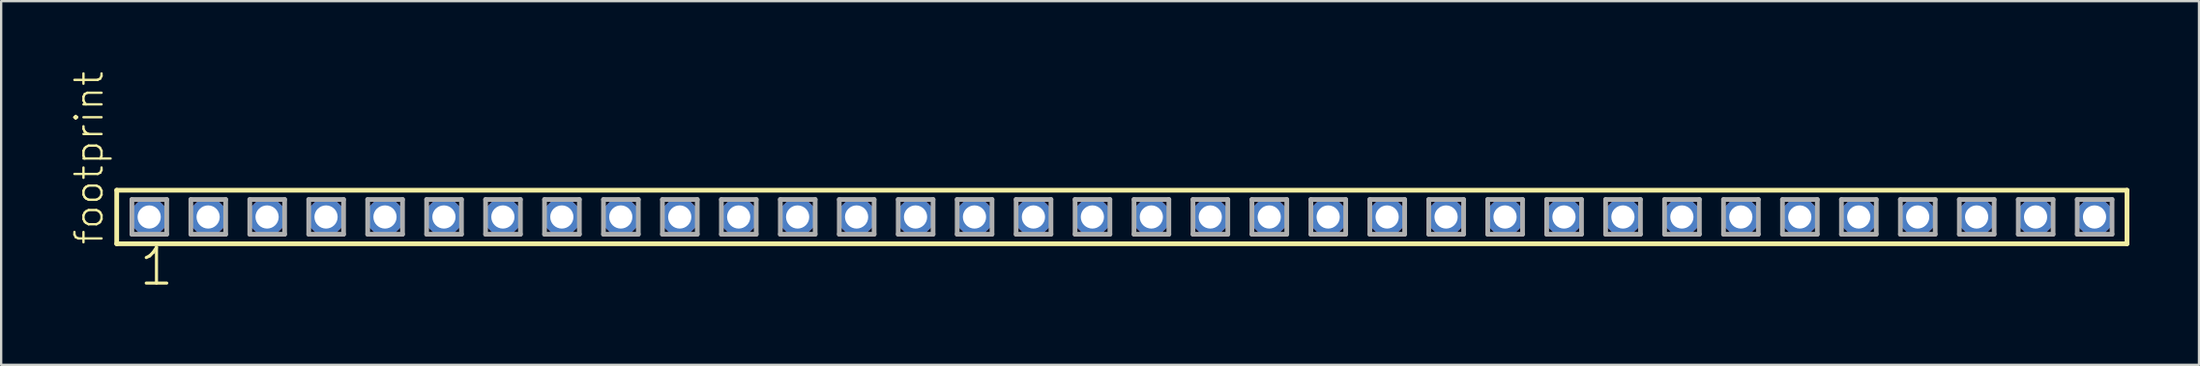
<source format=kicad_pcb>
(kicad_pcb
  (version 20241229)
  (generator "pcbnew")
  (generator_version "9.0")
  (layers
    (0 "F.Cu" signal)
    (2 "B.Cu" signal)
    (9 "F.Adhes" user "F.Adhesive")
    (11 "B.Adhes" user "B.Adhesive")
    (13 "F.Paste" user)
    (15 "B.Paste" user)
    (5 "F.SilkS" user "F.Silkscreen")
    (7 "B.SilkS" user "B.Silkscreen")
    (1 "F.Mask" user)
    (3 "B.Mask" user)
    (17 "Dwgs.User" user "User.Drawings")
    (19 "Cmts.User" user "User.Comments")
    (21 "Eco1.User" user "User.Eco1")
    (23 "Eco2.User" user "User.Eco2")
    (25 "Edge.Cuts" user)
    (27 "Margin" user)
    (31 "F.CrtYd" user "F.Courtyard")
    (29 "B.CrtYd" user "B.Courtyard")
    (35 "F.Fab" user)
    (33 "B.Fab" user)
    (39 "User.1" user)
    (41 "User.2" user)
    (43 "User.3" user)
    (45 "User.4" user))
  (footprint "footprint"
    (layer "F.Cu")
    (at 45.288 6.312)
    (property "Reference" "footprint" (at -43.815 1.27 90) (layer "F.SilkS") (effects (font (size 1.168 1.168) (thickness 0.102)) (justify left bottom)))
    (fp_line (start -43.309 -1.155) (end 43.309 -1.155) (stroke (width 0.203) (type solid)) (layer "F.SilkS"))
    (fp_line (start -43.309 1.155) (end -43.309 -1.155) (stroke (width 0.203) (type solid)) (layer "F.SilkS"))
    (fp_line (start 43.309 -1.155) (end 43.309 1.155) (stroke (width 0.203) (type solid)) (layer "F.SilkS"))
    (fp_line (start 43.309 1.155) (end -43.309 1.155) (stroke (width 0.203) (type solid)) (layer "F.SilkS"))
    (fp_line (start -42.655 -0.755) (end -41.155 -0.755) (stroke (width 0.203) (type solid)) (layer "F.Fab"))
    (fp_line (start -42.655 0.745) (end -42.655 -0.755) (stroke (width 0.203) (type solid)) (layer "F.Fab"))
    (fp_line (start -41.155 -0.755) (end -41.155 0.745) (stroke (width 0.203) (type solid)) (layer "F.Fab"))
    (fp_line (start -41.155 0.745) (end -42.655 0.745) (stroke (width 0.203) (type solid)) (layer "F.Fab"))
    (fp_line (start -40.115 -0.755) (end -38.615 -0.755) (stroke (width 0.203) (type solid)) (layer "F.Fab"))
    (fp_line (start -40.115 0.745) (end -40.115 -0.755) (stroke (width 0.203) (type solid)) (layer "F.Fab"))
    (fp_line (start -38.615 -0.755) (end -38.615 0.745) (stroke (width 0.203) (type solid)) (layer "F.Fab"))
    (fp_line (start -38.615 0.745) (end -40.115 0.745) (stroke (width 0.203) (type solid)) (layer "F.Fab"))
    (fp_line (start -37.575 -0.755) (end -36.075 -0.755) (stroke (width 0.203) (type solid)) (layer "F.Fab"))
    (fp_line (start -37.575 0.745) (end -37.575 -0.755) (stroke (width 0.203) (type solid)) (layer "F.Fab"))
    (fp_line (start -36.075 -0.755) (end -36.075 0.745) (stroke (width 0.203) (type solid)) (layer "F.Fab"))
    (fp_line (start -36.075 0.745) (end -37.575 0.745) (stroke (width 0.203) (type solid)) (layer "F.Fab"))
    (fp_line (start -35.035 -0.755) (end -33.535 -0.755) (stroke (width 0.203) (type solid)) (layer "F.Fab"))
    (fp_line (start -35.035 0.745) (end -35.035 -0.755) (stroke (width 0.203) (type solid)) (layer "F.Fab"))
    (fp_line (start -33.535 -0.755) (end -33.535 0.745) (stroke (width 0.203) (type solid)) (layer "F.Fab"))
    (fp_line (start -33.535 0.745) (end -35.035 0.745) (stroke (width 0.203) (type solid)) (layer "F.Fab"))
    (fp_line (start -32.495 -0.755) (end -30.995 -0.755) (stroke (width 0.203) (type solid)) (layer "F.Fab"))
    (fp_line (start -32.495 0.745) (end -32.495 -0.755) (stroke (width 0.203) (type solid)) (layer "F.Fab"))
    (fp_line (start -30.995 -0.755) (end -30.995 0.745) (stroke (width 0.203) (type solid)) (layer "F.Fab"))
    (fp_line (start -30.995 0.745) (end -32.495 0.745) (stroke (width 0.203) (type solid)) (layer "F.Fab"))
    (fp_line (start -29.955 -0.755) (end -28.455 -0.755) (stroke (width 0.203) (type solid)) (layer "F.Fab"))
    (fp_line (start -29.955 0.745) (end -29.955 -0.755) (stroke (width 0.203) (type solid)) (layer "F.Fab"))
    (fp_line (start -28.455 -0.755) (end -28.455 0.745) (stroke (width 0.203) (type solid)) (layer "F.Fab"))
    (fp_line (start -28.455 0.745) (end -29.955 0.745) (stroke (width 0.203) (type solid)) (layer "F.Fab"))
    (fp_line (start -27.415 -0.755) (end -25.915 -0.755) (stroke (width 0.203) (type solid)) (layer "F.Fab"))
    (fp_line (start -27.415 0.745) (end -27.415 -0.755) (stroke (width 0.203) (type solid)) (layer "F.Fab"))
    (fp_line (start -25.915 -0.755) (end -25.915 0.745) (stroke (width 0.203) (type solid)) (layer "F.Fab"))
    (fp_line (start -25.915 0.745) (end -27.415 0.745) (stroke (width 0.203) (type solid)) (layer "F.Fab"))
    (fp_line (start -24.875 -0.755) (end -23.375 -0.755) (stroke (width 0.203) (type solid)) (layer "F.Fab"))
    (fp_line (start -24.875 0.745) (end -24.875 -0.755) (stroke (width 0.203) (type solid)) (layer "F.Fab"))
    (fp_line (start -23.375 -0.755) (end -23.375 0.745) (stroke (width 0.203) (type solid)) (layer "F.Fab"))
    (fp_line (start -23.375 0.745) (end -24.875 0.745) (stroke (width 0.203) (type solid)) (layer "F.Fab"))
    (fp_line (start -22.335 -0.755) (end -20.835 -0.755) (stroke (width 0.203) (type solid)) (layer "F.Fab"))
    (fp_line (start -22.335 0.745) (end -22.335 -0.755) (stroke (width 0.203) (type solid)) (layer "F.Fab"))
    (fp_line (start -20.835 -0.755) (end -20.835 0.745) (stroke (width 0.203) (type solid)) (layer "F.Fab"))
    (fp_line (start -20.835 0.745) (end -22.335 0.745) (stroke (width 0.203) (type solid)) (layer "F.Fab"))
    (fp_line (start -19.795 -0.755) (end -18.295 -0.755) (stroke (width 0.203) (type solid)) (layer "F.Fab"))
    (fp_line (start -19.795 0.745) (end -19.795 -0.755) (stroke (width 0.203) (type solid)) (layer "F.Fab"))
    (fp_line (start -18.295 -0.755) (end -18.295 0.745) (stroke (width 0.203) (type solid)) (layer "F.Fab"))
    (fp_line (start -18.295 0.745) (end -19.795 0.745) (stroke (width 0.203) (type solid)) (layer "F.Fab"))
    (fp_line (start -17.255 -0.755) (end -15.755 -0.755) (stroke (width 0.203) (type solid)) (layer "F.Fab"))
    (fp_line (start -17.255 0.745) (end -17.255 -0.755) (stroke (width 0.203) (type solid)) (layer "F.Fab"))
    (fp_line (start -15.755 -0.755) (end -15.755 0.745) (stroke (width 0.203) (type solid)) (layer "F.Fab"))
    (fp_line (start -15.755 0.745) (end -17.255 0.745) (stroke (width 0.203) (type solid)) (layer "F.Fab"))
    (fp_line (start -14.715 -0.755) (end -13.215 -0.755) (stroke (width 0.203) (type solid)) (layer "F.Fab"))
    (fp_line (start -14.715 0.745) (end -14.715 -0.755) (stroke (width 0.203) (type solid)) (layer "F.Fab"))
    (fp_line (start -13.215 -0.755) (end -13.215 0.745) (stroke (width 0.203) (type solid)) (layer "F.Fab"))
    (fp_line (start -13.215 0.745) (end -14.715 0.745) (stroke (width 0.203) (type solid)) (layer "F.Fab"))
    (fp_line (start -12.175 -0.755) (end -10.675 -0.755) (stroke (width 0.203) (type solid)) (layer "F.Fab"))
    (fp_line (start -12.175 0.745) (end -12.175 -0.755) (stroke (width 0.203) (type solid)) (layer "F.Fab"))
    (fp_line (start -10.675 -0.755) (end -10.675 0.745) (stroke (width 0.203) (type solid)) (layer "F.Fab"))
    (fp_line (start -10.675 0.745) (end -12.175 0.745) (stroke (width 0.203) (type solid)) (layer "F.Fab"))
    (fp_line (start -9.635 -0.755) (end -8.135 -0.755) (stroke (width 0.203) (type solid)) (layer "F.Fab"))
    (fp_line (start -9.635 0.745) (end -9.635 -0.755) (stroke (width 0.203) (type solid)) (layer "F.Fab"))
    (fp_line (start -8.135 -0.755) (end -8.135 0.745) (stroke (width 0.203) (type solid)) (layer "F.Fab"))
    (fp_line (start -8.135 0.745) (end -9.635 0.745) (stroke (width 0.203) (type solid)) (layer "F.Fab"))
    (fp_line (start -7.095 -0.755) (end -5.595 -0.755) (stroke (width 0.203) (type solid)) (layer "F.Fab"))
    (fp_line (start -7.095 0.745) (end -7.095 -0.755) (stroke (width 0.203) (type solid)) (layer "F.Fab"))
    (fp_line (start -5.595 -0.755) (end -5.595 0.745) (stroke (width 0.203) (type solid)) (layer "F.Fab"))
    (fp_line (start -5.595 0.745) (end -7.095 0.745) (stroke (width 0.203) (type solid)) (layer "F.Fab"))
    (fp_line (start -4.555 -0.755) (end -3.055 -0.755) (stroke (width 0.203) (type solid)) (layer "F.Fab"))
    (fp_line (start -4.555 0.745) (end -4.555 -0.755) (stroke (width 0.203) (type solid)) (layer "F.Fab"))
    (fp_line (start -3.055 -0.755) (end -3.055 0.745) (stroke (width 0.203) (type solid)) (layer "F.Fab"))
    (fp_line (start -3.055 0.745) (end -4.555 0.745) (stroke (width 0.203) (type solid)) (layer "F.Fab"))
    (fp_line (start -2.015 -0.755) (end -0.515 -0.755) (stroke (width 0.203) (type solid)) (layer "F.Fab"))
    (fp_line (start -2.015 0.745) (end -2.015 -0.755) (stroke (width 0.203) (type solid)) (layer "F.Fab"))
    (fp_line (start -0.515 -0.755) (end -0.515 0.745) (stroke (width 0.203) (type solid)) (layer "F.Fab"))
    (fp_line (start -0.515 0.745) (end -2.015 0.745) (stroke (width 0.203) (type solid)) (layer "F.Fab"))
    (fp_line (start 0.525 -0.755) (end 2.025 -0.755) (stroke (width 0.203) (type solid)) (layer "F.Fab"))
    (fp_line (start 0.525 0.745) (end 0.525 -0.755) (stroke (width 0.203) (type solid)) (layer "F.Fab"))
    (fp_line (start 2.025 -0.755) (end 2.025 0.745) (stroke (width 0.203) (type solid)) (layer "F.Fab"))
    (fp_line (start 2.025 0.745) (end 0.525 0.745) (stroke (width 0.203) (type solid)) (layer "F.Fab"))
    (fp_line (start 3.065 -0.755) (end 4.565 -0.755) (stroke (width 0.203) (type solid)) (layer "F.Fab"))
    (fp_line (start 3.065 0.745) (end 3.065 -0.755) (stroke (width 0.203) (type solid)) (layer "F.Fab"))
    (fp_line (start 4.565 -0.755) (end 4.565 0.745) (stroke (width 0.203) (type solid)) (layer "F.Fab"))
    (fp_line (start 4.565 0.745) (end 3.065 0.745) (stroke (width 0.203) (type solid)) (layer "F.Fab"))
    (fp_line (start 5.605 -0.755) (end 7.105 -0.755) (stroke (width 0.203) (type solid)) (layer "F.Fab"))
    (fp_line (start 5.605 0.745) (end 5.605 -0.755) (stroke (width 0.203) (type solid)) (layer "F.Fab"))
    (fp_line (start 7.105 -0.755) (end 7.105 0.745) (stroke (width 0.203) (type solid)) (layer "F.Fab"))
    (fp_line (start 7.105 0.745) (end 5.605 0.745) (stroke (width 0.203) (type solid)) (layer "F.Fab"))
    (fp_line (start 8.145 -0.755) (end 9.645 -0.755) (stroke (width 0.203) (type solid)) (layer "F.Fab"))
    (fp_line (start 8.145 0.745) (end 8.145 -0.755) (stroke (width 0.203) (type solid)) (layer "F.Fab"))
    (fp_line (start 9.645 -0.755) (end 9.645 0.745) (stroke (width 0.203) (type solid)) (layer "F.Fab"))
    (fp_line (start 9.645 0.745) (end 8.145 0.745) (stroke (width 0.203) (type solid)) (layer "F.Fab"))
    (fp_line (start 10.685 -0.755) (end 12.185 -0.755) (stroke (width 0.203) (type solid)) (layer "F.Fab"))
    (fp_line (start 10.685 0.745) (end 10.685 -0.755) (stroke (width 0.203) (type solid)) (layer "F.Fab"))
    (fp_line (start 12.185 -0.755) (end 12.185 0.745) (stroke (width 0.203) (type solid)) (layer "F.Fab"))
    (fp_line (start 12.185 0.745) (end 10.685 0.745) (stroke (width 0.203) (type solid)) (layer "F.Fab"))
    (fp_line (start 13.225 -0.755) (end 14.725 -0.755) (stroke (width 0.203) (type solid)) (layer "F.Fab"))
    (fp_line (start 13.225 0.745) (end 13.225 -0.755) (stroke (width 0.203) (type solid)) (layer "F.Fab"))
    (fp_line (start 14.725 -0.755) (end 14.725 0.745) (stroke (width 0.203) (type solid)) (layer "F.Fab"))
    (fp_line (start 14.725 0.745) (end 13.225 0.745) (stroke (width 0.203) (type solid)) (layer "F.Fab"))
    (fp_line (start 15.765 -0.755) (end 17.265 -0.755) (stroke (width 0.203) (type solid)) (layer "F.Fab"))
    (fp_line (start 15.765 0.745) (end 15.765 -0.755) (stroke (width 0.203) (type solid)) (layer "F.Fab"))
    (fp_line (start 17.265 -0.755) (end 17.265 0.745) (stroke (width 0.203) (type solid)) (layer "F.Fab"))
    (fp_line (start 17.265 0.745) (end 15.765 0.745) (stroke (width 0.203) (type solid)) (layer "F.Fab"))
    (fp_line (start 18.305 -0.755) (end 19.805 -0.755) (stroke (width 0.203) (type solid)) (layer "F.Fab"))
    (fp_line (start 18.305 0.745) (end 18.305 -0.755) (stroke (width 0.203) (type solid)) (layer "F.Fab"))
    (fp_line (start 19.805 -0.755) (end 19.805 0.745) (stroke (width 0.203) (type solid)) (layer "F.Fab"))
    (fp_line (start 19.805 0.745) (end 18.305 0.745) (stroke (width 0.203) (type solid)) (layer "F.Fab"))
    (fp_line (start 20.845 -0.755) (end 22.345 -0.755) (stroke (width 0.203) (type solid)) (layer "F.Fab"))
    (fp_line (start 20.845 0.745) (end 20.845 -0.755) (stroke (width 0.203) (type solid)) (layer "F.Fab"))
    (fp_line (start 22.345 -0.755) (end 22.345 0.745) (stroke (width 0.203) (type solid)) (layer "F.Fab"))
    (fp_line (start 22.345 0.745) (end 20.845 0.745) (stroke (width 0.203) (type solid)) (layer "F.Fab"))
    (fp_line (start 23.385 -0.755) (end 24.885 -0.755) (stroke (width 0.203) (type solid)) (layer "F.Fab"))
    (fp_line (start 23.385 0.745) (end 23.385 -0.755) (stroke (width 0.203) (type solid)) (layer "F.Fab"))
    (fp_line (start 24.885 -0.755) (end 24.885 0.745) (stroke (width 0.203) (type solid)) (layer "F.Fab"))
    (fp_line (start 24.885 0.745) (end 23.385 0.745) (stroke (width 0.203) (type solid)) (layer "F.Fab"))
    (fp_line (start 25.925 -0.755) (end 27.425 -0.755) (stroke (width 0.203) (type solid)) (layer "F.Fab"))
    (fp_line (start 25.925 0.745) (end 25.925 -0.755) (stroke (width 0.203) (type solid)) (layer "F.Fab"))
    (fp_line (start 27.425 -0.755) (end 27.425 0.745) (stroke (width 0.203) (type solid)) (layer "F.Fab"))
    (fp_line (start 27.425 0.745) (end 25.925 0.745) (stroke (width 0.203) (type solid)) (layer "F.Fab"))
    (fp_line (start 28.465 -0.755) (end 29.965 -0.755) (stroke (width 0.203) (type solid)) (layer "F.Fab"))
    (fp_line (start 28.465 0.745) (end 28.465 -0.755) (stroke (width 0.203) (type solid)) (layer "F.Fab"))
    (fp_line (start 29.965 -0.755) (end 29.965 0.745) (stroke (width 0.203) (type solid)) (layer "F.Fab"))
    (fp_line (start 29.965 0.745) (end 28.465 0.745) (stroke (width 0.203) (type solid)) (layer "F.Fab"))
    (fp_line (start 31.005 -0.755) (end 32.505 -0.755) (stroke (width 0.203) (type solid)) (layer "F.Fab"))
    (fp_line (start 31.005 0.745) (end 31.005 -0.755) (stroke (width 0.203) (type solid)) (layer "F.Fab"))
    (fp_line (start 32.505 -0.755) (end 32.505 0.745) (stroke (width 0.203) (type solid)) (layer "F.Fab"))
    (fp_line (start 32.505 0.745) (end 31.005 0.745) (stroke (width 0.203) (type solid)) (layer "F.Fab"))
    (fp_line (start 33.545 -0.755) (end 35.045 -0.755) (stroke (width 0.203) (type solid)) (layer "F.Fab"))
    (fp_line (start 33.545 0.745) (end 33.545 -0.755) (stroke (width 0.203) (type solid)) (layer "F.Fab"))
    (fp_line (start 35.045 -0.755) (end 35.045 0.745) (stroke (width 0.203) (type solid)) (layer "F.Fab"))
    (fp_line (start 35.045 0.745) (end 33.545 0.745) (stroke (width 0.203) (type solid)) (layer "F.Fab"))
    (fp_line (start 36.085 -0.755) (end 37.585 -0.755) (stroke (width 0.203) (type solid)) (layer "F.Fab"))
    (fp_line (start 36.085 0.745) (end 36.085 -0.755) (stroke (width 0.203) (type solid)) (layer "F.Fab"))
    (fp_line (start 37.585 -0.755) (end 37.585 0.745) (stroke (width 0.203) (type solid)) (layer "F.Fab"))
    (fp_line (start 37.585 0.745) (end 36.085 0.745) (stroke (width 0.203) (type solid)) (layer "F.Fab"))
    (fp_line (start 38.625 -0.755) (end 40.125 -0.755) (stroke (width 0.203) (type solid)) (layer "F.Fab"))
    (fp_line (start 38.625 0.745) (end 38.625 -0.755) (stroke (width 0.203) (type solid)) (layer "F.Fab"))
    (fp_line (start 40.125 -0.755) (end 40.125 0.745) (stroke (width 0.203) (type solid)) (layer "F.Fab"))
    (fp_line (start 40.125 0.745) (end 38.625 0.745) (stroke (width 0.203) (type solid)) (layer "F.Fab"))
    (fp_line (start 41.165 -0.755) (end 42.665 -0.755) (stroke (width 0.203) (type solid)) (layer "F.Fab"))
    (fp_line (start 41.165 0.745) (end 41.165 -0.755) (stroke (width 0.203) (type solid)) (layer "F.Fab"))
    (fp_line (start 42.665 -0.755) (end 42.665 0.745) (stroke (width 0.203) (type solid)) (layer "F.Fab"))
    (fp_line (start 42.665 0.745) (end 41.165 0.745) (stroke (width 0.203) (type solid)) (layer "F.Fab"))
    (fp_text user "1" (at -42.418 3.048 0) (layer "F.SilkS") (effects (font (size 1.542 1.542) (thickness 0.134)) (justify left bottom)))
    (pad "1" thru_hole roundrect (at -41.91 0) (size 1.5 1.5) (drill 1) (layers "*.Cu" "*.Mask") (roundrect_rratio 0.25) (chamfer_ratio 0.25) (chamfer top_left top_right bottom_left bottom_right))
    (pad "2" thru_hole roundrect (at -39.37 0) (size 1.5 1.5) (drill 1) (layers "*.Cu" "*.Mask") (roundrect_rratio 0.25) (chamfer_ratio 0.25) (chamfer top_left top_right bottom_left bottom_right))
    (pad "3" thru_hole roundrect (at -36.83 0) (size 1.5 1.5) (drill 1) (layers "*.Cu" "*.Mask") (roundrect_rratio 0.25) (chamfer_ratio 0.25) (chamfer top_left top_right bottom_left bottom_right))
    (pad "4" thru_hole roundrect (at -34.29 0) (size 1.5 1.5) (drill 1) (layers "*.Cu" "*.Mask") (roundrect_rratio 0.25) (chamfer_ratio 0.25) (chamfer top_left top_right bottom_left bottom_right))
    (pad "5" thru_hole roundrect (at -31.75 0) (size 1.5 1.5) (drill 1) (layers "*.Cu" "*.Mask") (roundrect_rratio 0.25) (chamfer_ratio 0.25) (chamfer top_left top_right bottom_left bottom_right))
    (pad "6" thru_hole roundrect (at -29.21 0) (size 1.5 1.5) (drill 1) (layers "*.Cu" "*.Mask") (roundrect_rratio 0.25) (chamfer_ratio 0.25) (chamfer top_left top_right bottom_left bottom_right))
    (pad "7" thru_hole roundrect (at -26.67 0) (size 1.5 1.5) (drill 1) (layers "*.Cu" "*.Mask") (roundrect_rratio 0.25) (chamfer_ratio 0.25) (chamfer top_left top_right bottom_left bottom_right))
    (pad "8" thru_hole roundrect (at -24.13 0) (size 1.5 1.5) (drill 1) (layers "*.Cu" "*.Mask") (roundrect_rratio 0.25) (chamfer_ratio 0.25) (chamfer top_left top_right bottom_left bottom_right))
    (pad "9" thru_hole roundrect (at -21.59 0) (size 1.5 1.5) (drill 1) (layers "*.Cu" "*.Mask") (roundrect_rratio 0.25) (chamfer_ratio 0.25) (chamfer top_left top_right bottom_left bottom_right))
    (pad "10" thru_hole roundrect (at -19.05 0) (size 1.5 1.5) (drill 1) (layers "*.Cu" "*.Mask") (roundrect_rratio 0.25) (chamfer_ratio 0.25) (chamfer top_left top_right bottom_left bottom_right))
    (pad "11" thru_hole roundrect (at -16.51 0) (size 1.5 1.5) (drill 1) (layers "*.Cu" "*.Mask") (roundrect_rratio 0.25) (chamfer_ratio 0.25) (chamfer top_left top_right bottom_left bottom_right))
    (pad "12" thru_hole roundrect (at -13.97 0) (size 1.5 1.5) (drill 1) (layers "*.Cu" "*.Mask") (roundrect_rratio 0.25) (chamfer_ratio 0.25) (chamfer top_left top_right bottom_left bottom_right))
    (pad "13" thru_hole roundrect (at -11.43 0) (size 1.5 1.5) (drill 1) (layers "*.Cu" "*.Mask") (roundrect_rratio 0.25) (chamfer_ratio 0.25) (chamfer top_left top_right bottom_left bottom_right))
    (pad "14" thru_hole roundrect (at -8.89 0) (size 1.5 1.5) (drill 1) (layers "*.Cu" "*.Mask") (roundrect_rratio 0.25) (chamfer_ratio 0.25) (chamfer top_left top_right bottom_left bottom_right))
    (pad "15" thru_hole roundrect (at -6.35 0) (size 1.5 1.5) (drill 1) (layers "*.Cu" "*.Mask") (roundrect_rratio 0.25) (chamfer_ratio 0.25) (chamfer top_left top_right bottom_left bottom_right))
    (pad "16" thru_hole roundrect (at -3.81 0) (size 1.5 1.5) (drill 1) (layers "*.Cu" "*.Mask") (roundrect_rratio 0.25) (chamfer_ratio 0.25) (chamfer top_left top_right bottom_left bottom_right))
    (pad "17" thru_hole roundrect (at -1.27 0) (size 1.5 1.5) (drill 1) (layers "*.Cu" "*.Mask") (roundrect_rratio 0.25) (chamfer_ratio 0.25) (chamfer top_left top_right bottom_left bottom_right))
    (pad "18" thru_hole roundrect (at 1.27 0) (size 1.5 1.5) (drill 1) (layers "*.Cu" "*.Mask") (roundrect_rratio 0.25) (chamfer_ratio 0.25) (chamfer top_left top_right bottom_left bottom_right))
    (pad "19" thru_hole roundrect (at 3.81 0) (size 1.5 1.5) (drill 1) (layers "*.Cu" "*.Mask") (roundrect_rratio 0.25) (chamfer_ratio 0.25) (chamfer top_left top_right bottom_left bottom_right))
    (pad "20" thru_hole roundrect (at 6.35 0) (size 1.5 1.5) (drill 1) (layers "*.Cu" "*.Mask") (roundrect_rratio 0.25) (chamfer_ratio 0.25) (chamfer top_left top_right bottom_left bottom_right))
    (pad "21" thru_hole roundrect (at 8.89 0) (size 1.5 1.5) (drill 1) (layers "*.Cu" "*.Mask") (roundrect_rratio 0.25) (chamfer_ratio 0.25) (chamfer top_left top_right bottom_left bottom_right))
    (pad "22" thru_hole roundrect (at 11.43 0) (size 1.5 1.5) (drill 1) (layers "*.Cu" "*.Mask") (roundrect_rratio 0.25) (chamfer_ratio 0.25) (chamfer top_left top_right bottom_left bottom_right))
    (pad "23" thru_hole roundrect (at 13.97 0) (size 1.5 1.5) (drill 1) (layers "*.Cu" "*.Mask") (roundrect_rratio 0.25) (chamfer_ratio 0.25) (chamfer top_left top_right bottom_left bottom_right))
    (pad "24" thru_hole roundrect (at 16.51 0) (size 1.5 1.5) (drill 1) (layers "*.Cu" "*.Mask") (roundrect_rratio 0.25) (chamfer_ratio 0.25) (chamfer top_left top_right bottom_left bottom_right))
    (pad "25" thru_hole roundrect (at 19.05 0) (size 1.5 1.5) (drill 1) (layers "*.Cu" "*.Mask") (roundrect_rratio 0.25) (chamfer_ratio 0.25) (chamfer top_left top_right bottom_left bottom_right))
    (pad "26" thru_hole roundrect (at 21.59 0) (size 1.5 1.5) (drill 1) (layers "*.Cu" "*.Mask") (roundrect_rratio 0.25) (chamfer_ratio 0.25) (chamfer top_left top_right bottom_left bottom_right))
    (pad "27" thru_hole roundrect (at 24.13 0) (size 1.5 1.5) (drill 1) (layers "*.Cu" "*.Mask") (roundrect_rratio 0.25) (chamfer_ratio 0.25) (chamfer top_left top_right bottom_left bottom_right))
    (pad "28" thru_hole roundrect (at 26.67 0) (size 1.5 1.5) (drill 1) (layers "*.Cu" "*.Mask") (roundrect_rratio 0.25) (chamfer_ratio 0.25) (chamfer top_left top_right bottom_left bottom_right))
    (pad "29" thru_hole roundrect (at 29.21 0) (size 1.5 1.5) (drill 1) (layers "*.Cu" "*.Mask") (roundrect_rratio 0.25) (chamfer_ratio 0.25) (chamfer top_left top_right bottom_left bottom_right))
    (pad "30" thru_hole roundrect (at 31.75 0) (size 1.5 1.5) (drill 1) (layers "*.Cu" "*.Mask") (roundrect_rratio 0.25) (chamfer_ratio 0.25) (chamfer top_left top_right bottom_left bottom_right))
    (pad "31" thru_hole roundrect (at 34.29 0) (size 1.5 1.5) (drill 1) (layers "*.Cu" "*.Mask") (roundrect_rratio 0.25) (chamfer_ratio 0.25) (chamfer top_left top_right bottom_left bottom_right))
    (pad "32" thru_hole roundrect (at 36.83 0) (size 1.5 1.5) (drill 1) (layers "*.Cu" "*.Mask") (roundrect_rratio 0.25) (chamfer_ratio 0.25) (chamfer top_left top_right bottom_left bottom_right))
    (pad "33" thru_hole roundrect (at 39.37 0) (size 1.5 1.5) (drill 1) (layers "*.Cu" "*.Mask") (roundrect_rratio 0.25) (chamfer_ratio 0.25) (chamfer top_left top_right bottom_left bottom_right))
    (pad "34" thru_hole roundrect (at 41.91 0) (size 1.5 1.5) (drill 1) (layers "*.Cu" "*.Mask") (roundrect_rratio 0.25) (chamfer_ratio 0.25) (chamfer top_left top_right bottom_left bottom_right)))
  (gr_rect
    (start -3 -3)
    (end 91.699 12.691)
    (stroke (width 0.1) (type default))
    (fill no)
    (layer "Edge.Cuts")))
</source>
